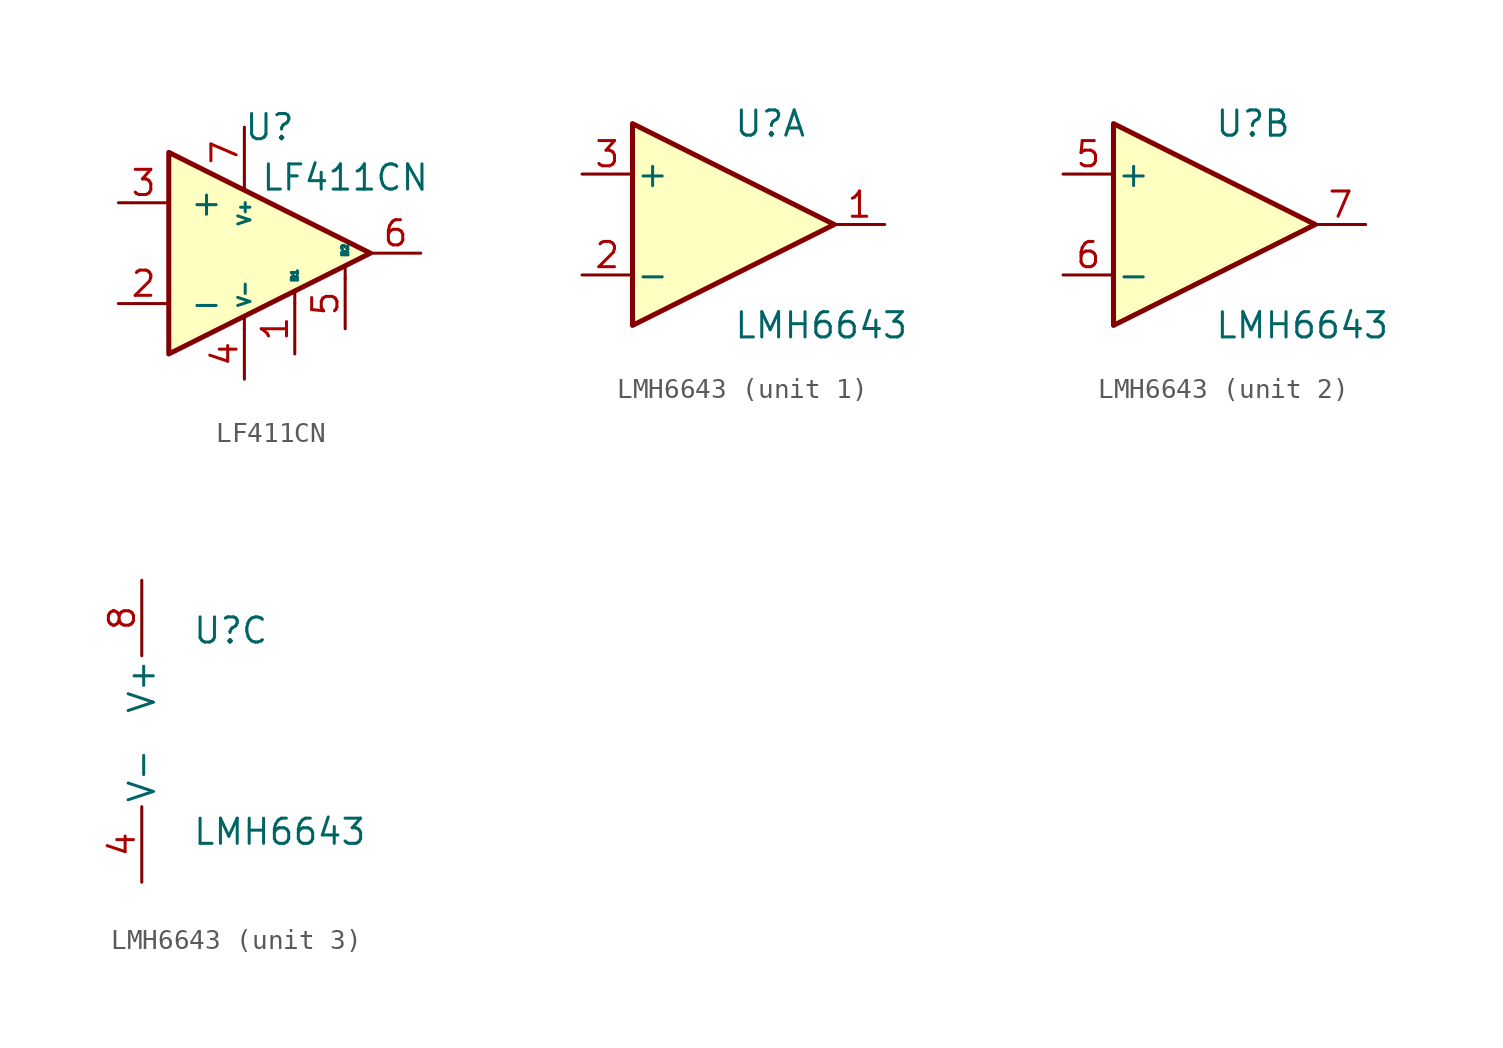
<source format=kicad_sym>
(kicad_symbol_lib
  (version 20211014)
  (generator kicad_symbol_editor)
  (symbol "LF411CN"
    (pin_names
      (offset 1.016))
    (property "Reference" "U"
      (at 1.27 -1.27 0)
      (effects (font (size 1.27 1.27))))
    (property "Value" "LF411CN"
      (at 5.08 -3.81 0)
      (effects (font (size 1.27 1.27))))
    (symbol "LF411CN_0_0"
      (pin bidirectional line (at 2.54 -12.7 90) (length 2.54) (name "B1" (effects (font (size 0.305 0.305)))) (number "1" (effects (font (size 1.27 1.27)))))
      (pin power_in line (at 0 -13.97 90) (length 2.54) (name "V-" (effects (font (size 0.61 0.61)))) (number "4" (effects (font (size 1.27 1.27)))))
      (pin bidirectional line (at 5.08 -11.43 90) (length 2.54) (name "B2" (effects (font (size 0.305 0.305)))) (number "5" (effects (font (size 1.27 1.27)))))
      (pin power_in line (at 0 -1.27 270) (length 2.54) (name "V+" (effects (font (size 0.61 0.61)))) (number "7" (effects (font (size 1.27 1.27)))))
      (pin no_connect line (at 5.08 -4.445 270) (length 2.54) hide (name "~" (effects (font (size 1.27 1.27)))) (number "8" (effects (font (size 1.27 1.27))))))
    (symbol "LF411CN_0_1"
      (polyline (pts (xy 0 -11.43) (xy 0 -10.795)) (stroke (width 0) (type default) (color 0 0 0 0)) (fill (type none)))
      (polyline (pts (xy 0 -3.81) (xy 0 -4.445)) (stroke (width 0) (type default) (color 0 0 0 0)) (fill (type none)))
      (polyline (pts (xy 2.54 -10.16) (xy 2.54 -9.525)) (stroke (width 0) (type default) (color 0 0 0 0)) (fill (type none)))
      (polyline (pts (xy 5.08 -8.89) (xy 5.08 -8.255)) (stroke (width 0) (type default) (color 0 0 0 0)) (fill (type none))))
    (symbol "LF411CN_1_1"
      (polyline (pts (xy -3.81 -2.54) (xy 6.35 -7.62) (xy -3.81 -12.7) (xy -3.81 -2.54)) (stroke (width 0.254) (type default) (color 0 0 0 0)) (fill (type background)))
      (pin input line (at -6.35 -10.16 0) (length 2.54) (name "-" (effects (font (size 1.27 1.27)))) (number "2" (effects (font (size 1.27 1.27)))))
      (pin input line (at -6.35 -5.08 0) (length 2.54) (name "+" (effects (font (size 1.27 1.27)))) (number "3" (effects (font (size 1.27 1.27)))))
      (pin output line (at 8.89 -7.62 180) (length 2.54) (name "~" (effects (font (size 1.27 1.27)))) (number "6" (effects (font (size 1.27 1.27)))))))
  (symbol "LMH6643"
    (pin_names
      (offset 0.127))
    (property "Reference" "U"
      (at 0 5.08 0)
      (effects (font (size 1.27 1.27)) (justify left)))
    (property "Value" "LMH6643"
      (at 0 -5.08 0)
      (effects (font (size 1.27 1.27)) (justify left)))
    (property "ki_locked" ""
      (at 0 0 0)
      (effects (font (size 1.27 1.27))))
    (symbol "LMH6643_1_1"
      (polyline (pts (xy -5.08 5.08) (xy 5.08 0) (xy -5.08 -5.08) (xy -5.08 5.08)) (stroke (width 0.254) (type default) (color 0 0 0 0)) (fill (type background)))
      (pin output line (at 7.62 0 180) (length 2.54) (name "~" (effects (font (size 1.27 1.27)))) (number "1" (effects (font (size 1.27 1.27)))))
      (pin input line (at -7.62 -2.54 0) (length 2.54) (name "-" (effects (font (size 1.27 1.27)))) (number "2" (effects (font (size 1.27 1.27)))))
      (pin input line (at -7.62 2.54 0) (length 2.54) (name "+" (effects (font (size 1.27 1.27)))) (number "3" (effects (font (size 1.27 1.27))))))
    (symbol "LMH6643_2_1"
      (polyline (pts (xy -5.08 5.08) (xy 5.08 0) (xy -5.08 -5.08) (xy -5.08 5.08)) (stroke (width 0.254) (type default) (color 0 0 0 0)) (fill (type background)))
      (pin input line (at -7.62 2.54 0) (length 2.54) (name "+" (effects (font (size 1.27 1.27)))) (number "5" (effects (font (size 1.27 1.27)))))
      (pin input line (at -7.62 -2.54 0) (length 2.54) (name "-" (effects (font (size 1.27 1.27)))) (number "6" (effects (font (size 1.27 1.27)))))
      (pin output line (at 7.62 0 180) (length 2.54) (name "~" (effects (font (size 1.27 1.27)))) (number "7" (effects (font (size 1.27 1.27))))))
    (symbol "LMH6643_3_1"
      (pin power_in line (at -2.54 -7.62 90) (length 3.81) (name "V-" (effects (font (size 1.27 1.27)))) (number "4" (effects (font (size 1.27 1.27)))))
      (pin power_in line (at -2.54 7.62 270) (length 3.81) (name "V+" (effects (font (size 1.27 1.27)))) (number "8" (effects (font (size 1.27 1.27))))))))
</source>
